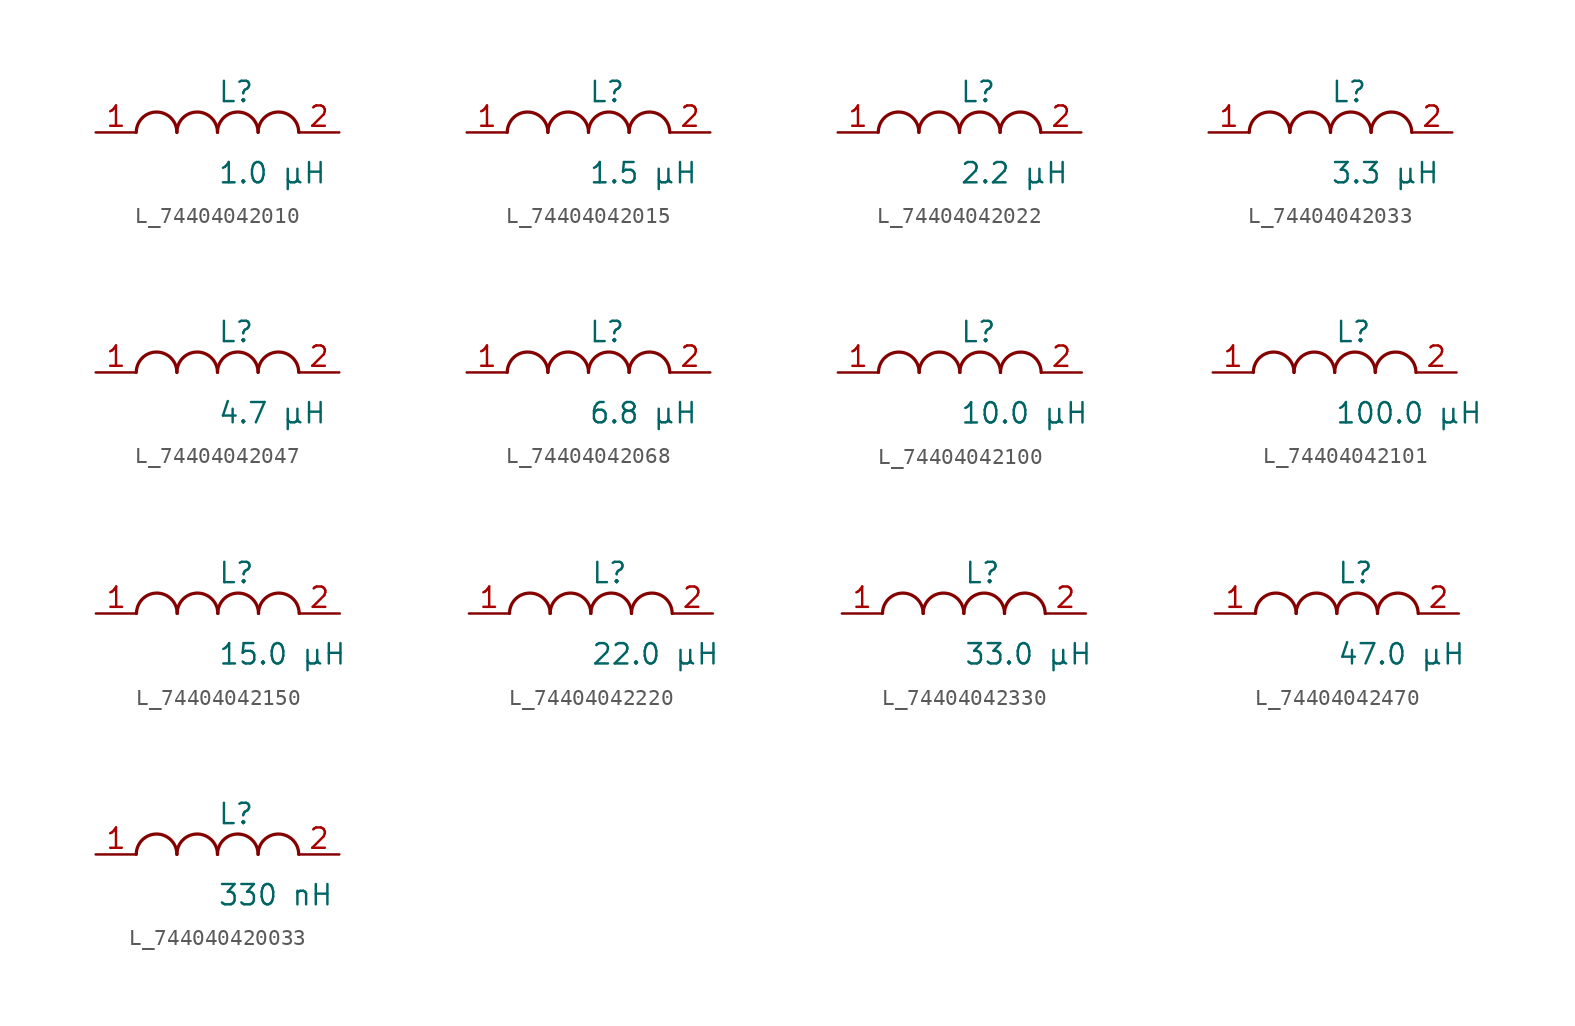
<source format=kicad_sym>
(kicad_symbol_lib
  (version 20231120)
  (generator kicad_symbol_editor)
  (generator_version 8.0)
  (symbol "L_74404042010"
    (pin_names
      (offset 0.254))
    (property "Reference" "L"
      (at 0.0 2.54 0)
      (effects (font (size 1.27 1.27)) (justify left)))
    (property "Value" "1.0 µH"
      (at 0.0 -2.54 0)
      (effects (font (size 1.27 1.27)) (justify left)))
    (symbol "L_74404042010_1_1"
      (arc (start -2.54 0.0056) (mid -3.81 1.27) (end -5.08 0.0056) (stroke (width 0.2032) (type default)) (fill (type none)))
      (arc (start 0 0.0056) (mid -1.27 1.27) (end -2.54 0.0056) (stroke (width 0.2032) (type default)) (fill (type none)))
      (arc (start 2.54 0.0056) (mid 1.27 1.27) (end 0 0.0056) (stroke (width 0.2032) (type default)) (fill (type none)))
      (arc (start 5.08 0.0056) (mid 3.81 1.27) (end 2.54 0.0056) (stroke (width 0.2032) (type default)) (fill (type none)))
      (pin unspecified line (at -7.62 0 0) (length 2.54) (name "" (effects (font (size 1.27 1.27)))) (number "1" (effects (font (size 1.27 1.27)))))
      (pin unspecified line (at 7.62 0 180) (length 2.54) (name "" (effects (font (size 1.27 1.27)))) (number "2" (effects (font (size 1.27 1.27)))))))
  (symbol "L_74404042015"
    (pin_names
      (offset 0.254))
    (property "Reference" "L"
      (at 0.0 2.54 0)
      (effects (font (size 1.27 1.27)) (justify left)))
    (property "Value" "1.5 µH"
      (at 0.0 -2.54 0)
      (effects (font (size 1.27 1.27)) (justify left)))
    (symbol "L_74404042015_1_1"
      (arc (start -2.54 0.0056) (mid -3.81 1.27) (end -5.08 0.0056) (stroke (width 0.2032) (type default)) (fill (type none)))
      (arc (start 0 0.0056) (mid -1.27 1.27) (end -2.54 0.0056) (stroke (width 0.2032) (type default)) (fill (type none)))
      (arc (start 2.54 0.0056) (mid 1.27 1.27) (end 0 0.0056) (stroke (width 0.2032) (type default)) (fill (type none)))
      (arc (start 5.08 0.0056) (mid 3.81 1.27) (end 2.54 0.0056) (stroke (width 0.2032) (type default)) (fill (type none)))
      (pin unspecified line (at -7.62 0 0) (length 2.54) (name "" (effects (font (size 1.27 1.27)))) (number "1" (effects (font (size 1.27 1.27)))))
      (pin unspecified line (at 7.62 0 180) (length 2.54) (name "" (effects (font (size 1.27 1.27)))) (number "2" (effects (font (size 1.27 1.27)))))))
  (symbol "L_74404042022"
    (pin_names
      (offset 0.254))
    (property "Reference" "L"
      (at 0.0 2.54 0)
      (effects (font (size 1.27 1.27)) (justify left)))
    (property "Value" "2.2 µH"
      (at 0.0 -2.54 0)
      (effects (font (size 1.27 1.27)) (justify left)))
    (symbol "L_74404042022_1_1"
      (arc (start -2.54 0.0056) (mid -3.81 1.27) (end -5.08 0.0056) (stroke (width 0.2032) (type default)) (fill (type none)))
      (arc (start 0 0.0056) (mid -1.27 1.27) (end -2.54 0.0056) (stroke (width 0.2032) (type default)) (fill (type none)))
      (arc (start 2.54 0.0056) (mid 1.27 1.27) (end 0 0.0056) (stroke (width 0.2032) (type default)) (fill (type none)))
      (arc (start 5.08 0.0056) (mid 3.81 1.27) (end 2.54 0.0056) (stroke (width 0.2032) (type default)) (fill (type none)))
      (pin unspecified line (at -7.62 0 0) (length 2.54) (name "" (effects (font (size 1.27 1.27)))) (number "1" (effects (font (size 1.27 1.27)))))
      (pin unspecified line (at 7.62 0 180) (length 2.54) (name "" (effects (font (size 1.27 1.27)))) (number "2" (effects (font (size 1.27 1.27)))))))
  (symbol "L_74404042033"
    (pin_names
      (offset 0.254))
    (property "Reference" "L"
      (at 0.0 2.54 0)
      (effects (font (size 1.27 1.27)) (justify left)))
    (property "Value" "3.3 µH"
      (at 0.0 -2.54 0)
      (effects (font (size 1.27 1.27)) (justify left)))
    (symbol "L_74404042033_1_1"
      (arc (start -2.54 0.0056) (mid -3.81 1.27) (end -5.08 0.0056) (stroke (width 0.2032) (type default)) (fill (type none)))
      (arc (start 0 0.0056) (mid -1.27 1.27) (end -2.54 0.0056) (stroke (width 0.2032) (type default)) (fill (type none)))
      (arc (start 2.54 0.0056) (mid 1.27 1.27) (end 0 0.0056) (stroke (width 0.2032) (type default)) (fill (type none)))
      (arc (start 5.08 0.0056) (mid 3.81 1.27) (end 2.54 0.0056) (stroke (width 0.2032) (type default)) (fill (type none)))
      (pin unspecified line (at -7.62 0 0) (length 2.54) (name "" (effects (font (size 1.27 1.27)))) (number "1" (effects (font (size 1.27 1.27)))))
      (pin unspecified line (at 7.62 0 180) (length 2.54) (name "" (effects (font (size 1.27 1.27)))) (number "2" (effects (font (size 1.27 1.27)))))))
  (symbol "L_74404042047"
    (pin_names
      (offset 0.254))
    (property "Reference" "L"
      (at 0.0 2.54 0)
      (effects (font (size 1.27 1.27)) (justify left)))
    (property "Value" "4.7 µH"
      (at 0.0 -2.54 0)
      (effects (font (size 1.27 1.27)) (justify left)))
    (symbol "L_74404042047_1_1"
      (arc (start -2.54 0.0056) (mid -3.81 1.27) (end -5.08 0.0056) (stroke (width 0.2032) (type default)) (fill (type none)))
      (arc (start 0 0.0056) (mid -1.27 1.27) (end -2.54 0.0056) (stroke (width 0.2032) (type default)) (fill (type none)))
      (arc (start 2.54 0.0056) (mid 1.27 1.27) (end 0 0.0056) (stroke (width 0.2032) (type default)) (fill (type none)))
      (arc (start 5.08 0.0056) (mid 3.81 1.27) (end 2.54 0.0056) (stroke (width 0.2032) (type default)) (fill (type none)))
      (pin unspecified line (at -7.62 0 0) (length 2.54) (name "" (effects (font (size 1.27 1.27)))) (number "1" (effects (font (size 1.27 1.27)))))
      (pin unspecified line (at 7.62 0 180) (length 2.54) (name "" (effects (font (size 1.27 1.27)))) (number "2" (effects (font (size 1.27 1.27)))))))
  (symbol "L_74404042068"
    (pin_names
      (offset 0.254))
    (property "Reference" "L"
      (at 0.0 2.54 0)
      (effects (font (size 1.27 1.27)) (justify left)))
    (property "Value" "6.8 µH"
      (at 0.0 -2.54 0)
      (effects (font (size 1.27 1.27)) (justify left)))
    (symbol "L_74404042068_1_1"
      (arc (start -2.54 0.0056) (mid -3.81 1.27) (end -5.08 0.0056) (stroke (width 0.2032) (type default)) (fill (type none)))
      (arc (start 0 0.0056) (mid -1.27 1.27) (end -2.54 0.0056) (stroke (width 0.2032) (type default)) (fill (type none)))
      (arc (start 2.54 0.0056) (mid 1.27 1.27) (end 0 0.0056) (stroke (width 0.2032) (type default)) (fill (type none)))
      (arc (start 5.08 0.0056) (mid 3.81 1.27) (end 2.54 0.0056) (stroke (width 0.2032) (type default)) (fill (type none)))
      (pin unspecified line (at -7.62 0 0) (length 2.54) (name "" (effects (font (size 1.27 1.27)))) (number "1" (effects (font (size 1.27 1.27)))))
      (pin unspecified line (at 7.62 0 180) (length 2.54) (name "" (effects (font (size 1.27 1.27)))) (number "2" (effects (font (size 1.27 1.27)))))))
  (symbol "L_74404042100"
    (pin_names
      (offset 0.254))
    (property "Reference" "L"
      (at 0.0 2.54 0)
      (effects (font (size 1.27 1.27)) (justify left)))
    (property "Value" "10.0 µH"
      (at 0.0 -2.54 0)
      (effects (font (size 1.27 1.27)) (justify left)))
    (symbol "L_74404042100_1_1"
      (arc (start -2.54 0.0056) (mid -3.81 1.27) (end -5.08 0.0056) (stroke (width 0.2032) (type default)) (fill (type none)))
      (arc (start 0 0.0056) (mid -1.27 1.27) (end -2.54 0.0056) (stroke (width 0.2032) (type default)) (fill (type none)))
      (arc (start 2.54 0.0056) (mid 1.27 1.27) (end 0 0.0056) (stroke (width 0.2032) (type default)) (fill (type none)))
      (arc (start 5.08 0.0056) (mid 3.81 1.27) (end 2.54 0.0056) (stroke (width 0.2032) (type default)) (fill (type none)))
      (pin unspecified line (at -7.62 0 0) (length 2.54) (name "" (effects (font (size 1.27 1.27)))) (number "1" (effects (font (size 1.27 1.27)))))
      (pin unspecified line (at 7.62 0 180) (length 2.54) (name "" (effects (font (size 1.27 1.27)))) (number "2" (effects (font (size 1.27 1.27)))))))
  (symbol "L_74404042101"
    (pin_names
      (offset 0.254))
    (property "Reference" "L"
      (at 0.0 2.54 0)
      (effects (font (size 1.27 1.27)) (justify left)))
    (property "Value" "100.0 µH"
      (at 0.0 -2.54 0)
      (effects (font (size 1.27 1.27)) (justify left)))
    (symbol "L_74404042101_1_1"
      (arc (start -2.54 0.0056) (mid -3.81 1.27) (end -5.08 0.0056) (stroke (width 0.2032) (type default)) (fill (type none)))
      (arc (start 0 0.0056) (mid -1.27 1.27) (end -2.54 0.0056) (stroke (width 0.2032) (type default)) (fill (type none)))
      (arc (start 2.54 0.0056) (mid 1.27 1.27) (end 0 0.0056) (stroke (width 0.2032) (type default)) (fill (type none)))
      (arc (start 5.08 0.0056) (mid 3.81 1.27) (end 2.54 0.0056) (stroke (width 0.2032) (type default)) (fill (type none)))
      (pin unspecified line (at -7.62 0 0) (length 2.54) (name "" (effects (font (size 1.27 1.27)))) (number "1" (effects (font (size 1.27 1.27)))))
      (pin unspecified line (at 7.62 0 180) (length 2.54) (name "" (effects (font (size 1.27 1.27)))) (number "2" (effects (font (size 1.27 1.27)))))))
  (symbol "L_74404042150"
    (pin_names
      (offset 0.254))
    (property "Reference" "L"
      (at 0.0 2.54 0)
      (effects (font (size 1.27 1.27)) (justify left)))
    (property "Value" "15.0 µH"
      (at 0.0 -2.54 0)
      (effects (font (size 1.27 1.27)) (justify left)))
    (symbol "L_74404042150_1_1"
      (arc (start -2.54 0.0056) (mid -3.81 1.27) (end -5.08 0.0056) (stroke (width 0.2032) (type default)) (fill (type none)))
      (arc (start 0 0.0056) (mid -1.27 1.27) (end -2.54 0.0056) (stroke (width 0.2032) (type default)) (fill (type none)))
      (arc (start 2.54 0.0056) (mid 1.27 1.27) (end 0 0.0056) (stroke (width 0.2032) (type default)) (fill (type none)))
      (arc (start 5.08 0.0056) (mid 3.81 1.27) (end 2.54 0.0056) (stroke (width 0.2032) (type default)) (fill (type none)))
      (pin unspecified line (at -7.62 0 0) (length 2.54) (name "" (effects (font (size 1.27 1.27)))) (number "1" (effects (font (size 1.27 1.27)))))
      (pin unspecified line (at 7.62 0 180) (length 2.54) (name "" (effects (font (size 1.27 1.27)))) (number "2" (effects (font (size 1.27 1.27)))))))
  (symbol "L_74404042220"
    (pin_names
      (offset 0.254))
    (property "Reference" "L"
      (at 0.0 2.54 0)
      (effects (font (size 1.27 1.27)) (justify left)))
    (property "Value" "22.0 µH"
      (at 0.0 -2.54 0)
      (effects (font (size 1.27 1.27)) (justify left)))
    (symbol "L_74404042220_1_1"
      (arc (start -2.54 0.0056) (mid -3.81 1.27) (end -5.08 0.0056) (stroke (width 0.2032) (type default)) (fill (type none)))
      (arc (start 0 0.0056) (mid -1.27 1.27) (end -2.54 0.0056) (stroke (width 0.2032) (type default)) (fill (type none)))
      (arc (start 2.54 0.0056) (mid 1.27 1.27) (end 0 0.0056) (stroke (width 0.2032) (type default)) (fill (type none)))
      (arc (start 5.08 0.0056) (mid 3.81 1.27) (end 2.54 0.0056) (stroke (width 0.2032) (type default)) (fill (type none)))
      (pin unspecified line (at -7.62 0 0) (length 2.54) (name "" (effects (font (size 1.27 1.27)))) (number "1" (effects (font (size 1.27 1.27)))))
      (pin unspecified line (at 7.62 0 180) (length 2.54) (name "" (effects (font (size 1.27 1.27)))) (number "2" (effects (font (size 1.27 1.27)))))))
  (symbol "L_74404042330"
    (pin_names
      (offset 0.254))
    (property "Reference" "L"
      (at 0.0 2.54 0)
      (effects (font (size 1.27 1.27)) (justify left)))
    (property "Value" "33.0 µH"
      (at 0.0 -2.54 0)
      (effects (font (size 1.27 1.27)) (justify left)))
    (symbol "L_74404042330_1_1"
      (arc (start -2.54 0.0056) (mid -3.81 1.27) (end -5.08 0.0056) (stroke (width 0.2032) (type default)) (fill (type none)))
      (arc (start 0 0.0056) (mid -1.27 1.27) (end -2.54 0.0056) (stroke (width 0.2032) (type default)) (fill (type none)))
      (arc (start 2.54 0.0056) (mid 1.27 1.27) (end 0 0.0056) (stroke (width 0.2032) (type default)) (fill (type none)))
      (arc (start 5.08 0.0056) (mid 3.81 1.27) (end 2.54 0.0056) (stroke (width 0.2032) (type default)) (fill (type none)))
      (pin unspecified line (at -7.62 0 0) (length 2.54) (name "" (effects (font (size 1.27 1.27)))) (number "1" (effects (font (size 1.27 1.27)))))
      (pin unspecified line (at 7.62 0 180) (length 2.54) (name "" (effects (font (size 1.27 1.27)))) (number "2" (effects (font (size 1.27 1.27)))))))
  (symbol "L_74404042470"
    (pin_names
      (offset 0.254))
    (property "Reference" "L"
      (at 0.0 2.54 0)
      (effects (font (size 1.27 1.27)) (justify left)))
    (property "Value" "47.0 µH"
      (at 0.0 -2.54 0)
      (effects (font (size 1.27 1.27)) (justify left)))
    (symbol "L_74404042470_1_1"
      (arc (start -2.54 0.0056) (mid -3.81 1.27) (end -5.08 0.0056) (stroke (width 0.2032) (type default)) (fill (type none)))
      (arc (start 0 0.0056) (mid -1.27 1.27) (end -2.54 0.0056) (stroke (width 0.2032) (type default)) (fill (type none)))
      (arc (start 2.54 0.0056) (mid 1.27 1.27) (end 0 0.0056) (stroke (width 0.2032) (type default)) (fill (type none)))
      (arc (start 5.08 0.0056) (mid 3.81 1.27) (end 2.54 0.0056) (stroke (width 0.2032) (type default)) (fill (type none)))
      (pin unspecified line (at -7.62 0 0) (length 2.54) (name "" (effects (font (size 1.27 1.27)))) (number "1" (effects (font (size 1.27 1.27)))))
      (pin unspecified line (at 7.62 0 180) (length 2.54) (name "" (effects (font (size 1.27 1.27)))) (number "2" (effects (font (size 1.27 1.27)))))))
  (symbol "L_744040420033"
    (pin_names
      (offset 0.254))
    (property "Reference" "L"
      (at 0.0 2.54 0)
      (effects (font (size 1.27 1.27)) (justify left)))
    (property "Value" "330 nH"
      (at 0.0 -2.54 0)
      (effects (font (size 1.27 1.27)) (justify left)))
    (symbol "L_744040420033_1_1"
      (arc (start -2.54 0.0056) (mid -3.81 1.27) (end -5.08 0.0056) (stroke (width 0.2032) (type default)) (fill (type none)))
      (arc (start 0 0.0056) (mid -1.27 1.27) (end -2.54 0.0056) (stroke (width 0.2032) (type default)) (fill (type none)))
      (arc (start 2.54 0.0056) (mid 1.27 1.27) (end 0 0.0056) (stroke (width 0.2032) (type default)) (fill (type none)))
      (arc (start 5.08 0.0056) (mid 3.81 1.27) (end 2.54 0.0056) (stroke (width 0.2032) (type default)) (fill (type none)))
      (pin unspecified line (at -7.62 0 0) (length 2.54) (name "" (effects (font (size 1.27 1.27)))) (number "1" (effects (font (size 1.27 1.27)))))
      (pin unspecified line (at 7.62 0 180) (length 2.54) (name "" (effects (font (size 1.27 1.27)))) (number "2" (effects (font (size 1.27 1.27))))))))
</source>
